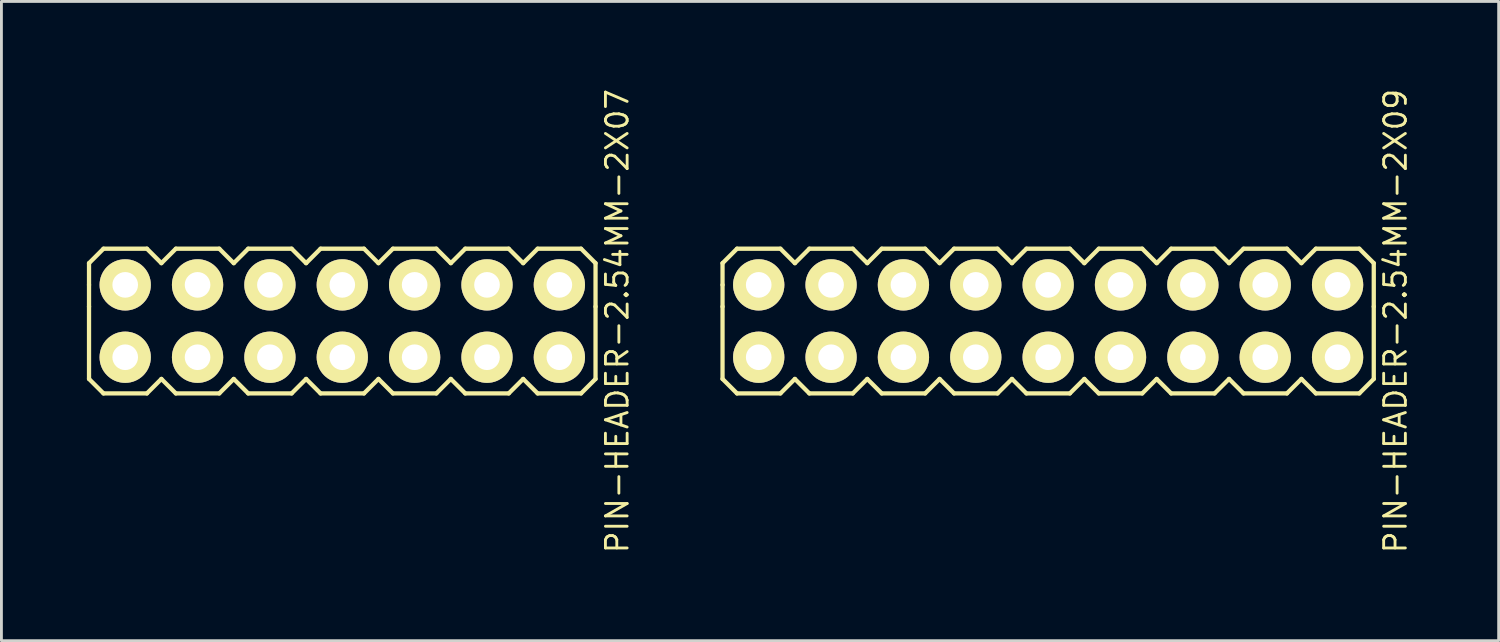
<source format=kicad_pcb>
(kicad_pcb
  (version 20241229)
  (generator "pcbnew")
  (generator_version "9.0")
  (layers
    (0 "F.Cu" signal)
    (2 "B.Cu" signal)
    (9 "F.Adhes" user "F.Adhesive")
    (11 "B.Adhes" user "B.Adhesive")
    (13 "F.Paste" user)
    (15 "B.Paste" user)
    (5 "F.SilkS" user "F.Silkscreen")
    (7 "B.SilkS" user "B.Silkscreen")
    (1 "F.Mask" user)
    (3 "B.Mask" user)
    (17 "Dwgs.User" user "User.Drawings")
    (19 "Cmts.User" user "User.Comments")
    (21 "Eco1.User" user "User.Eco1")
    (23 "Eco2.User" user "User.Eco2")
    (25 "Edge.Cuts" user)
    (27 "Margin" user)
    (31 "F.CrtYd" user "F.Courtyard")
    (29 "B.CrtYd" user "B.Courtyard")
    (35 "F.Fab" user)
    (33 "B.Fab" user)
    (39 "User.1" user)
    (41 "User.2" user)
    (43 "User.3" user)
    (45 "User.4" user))
  (footprint "PIN-HEADER-2.54MM-2X09"
    (layer "F.Cu")
    (at 33.743 8.22)
    (property "Reference" "PIN-HEADER-2.54MM-2X09" (at 12.192 0 90) (layer "F.SilkS") (effects (font (size 0.762 0.762) (thickness 0.1))))
    (attr through_hole)
    (fp_line (start -11.43 -2.032) (end -10.922 -2.54) (stroke (width 0.15) (type solid)) (layer "F.SilkS"))
    (fp_line (start -11.43 -1.27) (end -11.43 -2.032) (stroke (width 0.15) (type solid)) (layer "F.SilkS"))
    (fp_line (start -11.43 -0.508) (end -11.43 -1.27) (stroke (width 0.15) (type solid)) (layer "F.SilkS"))
    (fp_line (start -11.43 -0.508) (end -11.43 2.032) (stroke (width 0.15) (type solid)) (layer "F.SilkS"))
    (fp_line (start -11.43 2.032) (end -10.922 2.54) (stroke (width 0.15) (type solid)) (layer "F.SilkS"))
    (fp_line (start -10.922 -2.54) (end -9.398 -2.54) (stroke (width 0.15) (type solid)) (layer "F.SilkS"))
    (fp_line (start -10.922 2.54) (end -9.398 2.54) (stroke (width 0.15) (type solid)) (layer "F.SilkS"))
    (fp_line (start -9.398 -2.54) (end -8.89 -2.032) (stroke (width 0.15) (type solid)) (layer "F.SilkS"))
    (fp_line (start -9.398 2.54) (end -8.89 2.032) (stroke (width 0.15) (type solid)) (layer "F.SilkS"))
    (fp_line (start -8.89 -2.032) (end -8.382 -2.54) (stroke (width 0.15) (type solid)) (layer "F.SilkS"))
    (fp_line (start -8.89 2.032) (end -8.382 2.54) (stroke (width 0.15) (type solid)) (layer "F.SilkS"))
    (fp_line (start -8.382 -2.54) (end -6.858 -2.54) (stroke (width 0.15) (type solid)) (layer "F.SilkS"))
    (fp_line (start -8.382 2.54) (end -6.858 2.54) (stroke (width 0.15) (type solid)) (layer "F.SilkS"))
    (fp_line (start -6.858 -2.54) (end -6.35 -2.032) (stroke (width 0.15) (type solid)) (layer "F.SilkS"))
    (fp_line (start -6.858 2.54) (end -6.35 2.032) (stroke (width 0.15) (type solid)) (layer "F.SilkS"))
    (fp_line (start -6.35 -2.032) (end -5.842 -2.54) (stroke (width 0.15) (type solid)) (layer "F.SilkS"))
    (fp_line (start -6.35 2.032) (end -5.842 2.54) (stroke (width 0.15) (type solid)) (layer "F.SilkS"))
    (fp_line (start -5.842 -2.54) (end -4.318 -2.54) (stroke (width 0.15) (type solid)) (layer "F.SilkS"))
    (fp_line (start -5.842 2.54) (end -4.318 2.54) (stroke (width 0.15) (type solid)) (layer "F.SilkS"))
    (fp_line (start -4.318 -2.54) (end -3.81 -2.032) (stroke (width 0.15) (type solid)) (layer "F.SilkS"))
    (fp_line (start -4.318 2.54) (end -3.81 2.032) (stroke (width 0.15) (type solid)) (layer "F.SilkS"))
    (fp_line (start -3.81 -2.032) (end -3.302 -2.54) (stroke (width 0.15) (type solid)) (layer "F.SilkS"))
    (fp_line (start -3.81 2.032) (end -3.302 2.54) (stroke (width 0.15) (type solid)) (layer "F.SilkS"))
    (fp_line (start -3.302 -2.54) (end -1.778 -2.54) (stroke (width 0.15) (type solid)) (layer "F.SilkS"))
    (fp_line (start -3.302 2.54) (end -1.778 2.54) (stroke (width 0.15) (type solid)) (layer "F.SilkS"))
    (fp_line (start -1.778 -2.54) (end -1.27 -2.032) (stroke (width 0.15) (type solid)) (layer "F.SilkS"))
    (fp_line (start -1.778 2.54) (end -1.27 2.032) (stroke (width 0.15) (type solid)) (layer "F.SilkS"))
    (fp_line (start -1.27 -2.032) (end -0.762 -2.54) (stroke (width 0.15) (type solid)) (layer "F.SilkS"))
    (fp_line (start -1.27 2.032) (end -0.762 2.54) (stroke (width 0.15) (type solid)) (layer "F.SilkS"))
    (fp_line (start -0.762 -2.54) (end 0.762 -2.54) (stroke (width 0.15) (type solid)) (layer "F.SilkS"))
    (fp_line (start -0.762 2.54) (end 0.762 2.54) (stroke (width 0.15) (type solid)) (layer "F.SilkS"))
    (fp_line (start 0.762 -2.54) (end 1.27 -2.032) (stroke (width 0.15) (type solid)) (layer "F.SilkS"))
    (fp_line (start 0.762 2.54) (end 1.27 2.032) (stroke (width 0.15) (type solid)) (layer "F.SilkS"))
    (fp_line (start 1.27 -2.032) (end 1.778 -2.54) (stroke (width 0.15) (type solid)) (layer "F.SilkS"))
    (fp_line (start 1.27 2.032) (end 1.778 2.54) (stroke (width 0.15) (type solid)) (layer "F.SilkS"))
    (fp_line (start 1.778 -2.54) (end 3.302 -2.54) (stroke (width 0.15) (type solid)) (layer "F.SilkS"))
    (fp_line (start 1.778 2.54) (end 3.302 2.54) (stroke (width 0.15) (type solid)) (layer "F.SilkS"))
    (fp_line (start 3.302 -2.54) (end 3.81 -2.032) (stroke (width 0.15) (type solid)) (layer "F.SilkS"))
    (fp_line (start 3.302 2.54) (end 3.81 2.032) (stroke (width 0.15) (type solid)) (layer "F.SilkS"))
    (fp_line (start 3.81 -2.032) (end 4.318 -2.54) (stroke (width 0.15) (type solid)) (layer "F.SilkS"))
    (fp_line (start 3.81 2.032) (end 4.318 2.54) (stroke (width 0.15) (type solid)) (layer "F.SilkS"))
    (fp_line (start 4.318 -2.54) (end 5.842 -2.54) (stroke (width 0.15) (type solid)) (layer "F.SilkS"))
    (fp_line (start 4.318 2.54) (end 5.842 2.54) (stroke (width 0.15) (type solid)) (layer "F.SilkS"))
    (fp_line (start 5.842 -2.54) (end 6.35 -2.032) (stroke (width 0.15) (type solid)) (layer "F.SilkS"))
    (fp_line (start 5.842 2.54) (end 6.35 2.032) (stroke (width 0.15) (type solid)) (layer "F.SilkS"))
    (fp_line (start 6.35 -2.032) (end 6.858 -2.54) (stroke (width 0.15) (type solid)) (layer "F.SilkS"))
    (fp_line (start 6.35 2.032) (end 6.858 2.54) (stroke (width 0.15) (type solid)) (layer "F.SilkS"))
    (fp_line (start 6.858 -2.54) (end 8.382 -2.54) (stroke (width 0.15) (type solid)) (layer "F.SilkS"))
    (fp_line (start 6.858 2.54) (end 8.382 2.54) (stroke (width 0.15) (type solid)) (layer "F.SilkS"))
    (fp_line (start 8.382 -2.54) (end 8.89 -2.032) (stroke (width 0.15) (type solid)) (layer "F.SilkS"))
    (fp_line (start 8.382 2.54) (end 8.89 2.032) (stroke (width 0.15) (type solid)) (layer "F.SilkS"))
    (fp_line (start 8.89 -2.032) (end 9.398 -2.54) (stroke (width 0.15) (type solid)) (layer "F.SilkS"))
    (fp_line (start 8.89 2.032) (end 9.398 2.54) (stroke (width 0.15) (type solid)) (layer "F.SilkS"))
    (fp_line (start 9.398 -2.54) (end 10.922 -2.54) (stroke (width 0.15) (type solid)) (layer "F.SilkS"))
    (fp_line (start 9.398 2.54) (end 10.922 2.54) (stroke (width 0.15) (type solid)) (layer "F.SilkS"))
    (fp_line (start 10.922 -2.54) (end 11.43 -2.032) (stroke (width 0.15) (type solid)) (layer "F.SilkS"))
    (fp_line (start 10.922 2.54) (end 11.43 2.032) (stroke (width 0.15) (type solid)) (layer "F.SilkS"))
    (fp_line (start 11.43 -2.032) (end 11.43 -0.508) (stroke (width 0.15) (type solid)) (layer "F.SilkS"))
    (fp_line (start 11.43 2.032) (end 11.43 -0.508) (stroke (width 0.15) (type solid)) (layer "F.SilkS"))
    (pad "1" thru_hole circle (at -10.16 1.27) (size 1.8 1.8) (drill 0.9) (layers "*.Cu" "*.Mask" "F.SilkS"))
    (pad "2" thru_hole circle (at -10.16 -1.27) (size 1.8 1.8) (drill 0.9) (layers "*.Cu" "*.Mask" "F.SilkS"))
    (pad "3" thru_hole circle (at -7.62 1.27) (size 1.8 1.8) (drill 0.9) (layers "*.Cu" "*.Mask" "F.SilkS"))
    (pad "4" thru_hole circle (at -7.62 -1.27) (size 1.8 1.8) (drill 0.9) (layers "*.Cu" "*.Mask" "F.SilkS"))
    (pad "5" thru_hole circle (at -5.08 1.27) (size 1.8 1.8) (drill 0.9) (layers "*.Cu" "*.Mask" "F.SilkS"))
    (pad "6" thru_hole circle (at -5.08 -1.27) (size 1.8 1.8) (drill 0.9) (layers "*.Cu" "*.Mask" "F.SilkS"))
    (pad "7" thru_hole circle (at -2.54 1.27) (size 1.8 1.8) (drill 0.9) (layers "*.Cu" "*.Mask" "F.SilkS"))
    (pad "8" thru_hole circle (at -2.54 -1.27) (size 1.8 1.8) (drill 0.9) (layers "*.Cu" "*.Mask" "F.SilkS"))
    (pad "9" thru_hole circle (at 0 1.27) (size 1.8 1.8) (drill 0.9) (layers "*.Cu" "*.Mask" "F.SilkS"))
    (pad "10" thru_hole circle (at 0 -1.27) (size 1.8 1.8) (drill 0.9) (layers "*.Cu" "*.Mask" "F.SilkS"))
    (pad "11" thru_hole circle (at 2.54 1.27) (size 1.8 1.8) (drill 0.9) (layers "*.Cu" "*.Mask" "F.SilkS"))
    (pad "12" thru_hole circle (at 2.54 -1.27) (size 1.8 1.8) (drill 0.9) (layers "*.Cu" "*.Mask" "F.SilkS"))
    (pad "13" thru_hole circle (at 5.08 1.27) (size 1.8 1.8) (drill 0.9) (layers "*.Cu" "*.Mask" "F.SilkS"))
    (pad "14" thru_hole circle (at 5.08 -1.27) (size 1.8 1.8) (drill 0.9) (layers "*.Cu" "*.Mask" "F.SilkS"))
    (pad "15" thru_hole circle (at 7.62 1.27) (size 1.8 1.8) (drill 0.9) (layers "*.Cu" "*.Mask" "F.SilkS"))
    (pad "16" thru_hole circle (at 7.62 -1.27) (size 1.8 1.8) (drill 0.9) (layers "*.Cu" "*.Mask" "F.SilkS"))
    (pad "17" thru_hole circle (at 10.16 1.27) (size 1.8 1.8) (drill 0.9) (layers "*.Cu" "*.Mask" "F.SilkS"))
    (pad "18" thru_hole circle (at 10.16 -1.27) (size 1.8 1.8) (drill 0.9) (layers "*.Cu" "*.Mask" "F.SilkS")))
  (footprint "PIN-HEADER-2.54MM-2X07"
    (layer "F.Cu")
    (at 8.965 8.22)
    (property "Reference" "PIN-HEADER-2.54MM-2X07" (at 9.652 0 90) (layer "F.SilkS") (effects (font (size 0.762 0.762) (thickness 0.1))))
    (attr through_hole)
    (fp_line (start -8.89 -2.032) (end -8.382 -2.54) (stroke (width 0.15) (type solid)) (layer "F.SilkS"))
    (fp_line (start -8.89 -1.27) (end -8.89 -2.032) (stroke (width 0.15) (type solid)) (layer "F.SilkS"))
    (fp_line (start -8.89 -0.508) (end -8.89 -1.27) (stroke (width 0.15) (type solid)) (layer "F.SilkS"))
    (fp_line (start -8.89 -0.508) (end -8.89 2.032) (stroke (width 0.15) (type solid)) (layer "F.SilkS"))
    (fp_line (start -8.89 2.032) (end -8.382 2.54) (stroke (width 0.15) (type solid)) (layer "F.SilkS"))
    (fp_line (start -8.382 -2.54) (end -6.858 -2.54) (stroke (width 0.15) (type solid)) (layer "F.SilkS"))
    (fp_line (start -8.382 2.54) (end -6.858 2.54) (stroke (width 0.15) (type solid)) (layer "F.SilkS"))
    (fp_line (start -6.858 -2.54) (end -6.35 -2.032) (stroke (width 0.15) (type solid)) (layer "F.SilkS"))
    (fp_line (start -6.858 2.54) (end -6.35 2.032) (stroke (width 0.15) (type solid)) (layer "F.SilkS"))
    (fp_line (start -6.35 -2.032) (end -5.842 -2.54) (stroke (width 0.15) (type solid)) (layer "F.SilkS"))
    (fp_line (start -6.35 2.032) (end -5.842 2.54) (stroke (width 0.15) (type solid)) (layer "F.SilkS"))
    (fp_line (start -5.842 -2.54) (end -4.318 -2.54) (stroke (width 0.15) (type solid)) (layer "F.SilkS"))
    (fp_line (start -5.842 2.54) (end -4.318 2.54) (stroke (width 0.15) (type solid)) (layer "F.SilkS"))
    (fp_line (start -4.318 -2.54) (end -3.81 -2.032) (stroke (width 0.15) (type solid)) (layer "F.SilkS"))
    (fp_line (start -4.318 2.54) (end -3.81 2.032) (stroke (width 0.15) (type solid)) (layer "F.SilkS"))
    (fp_line (start -3.81 -2.032) (end -3.302 -2.54) (stroke (width 0.15) (type solid)) (layer "F.SilkS"))
    (fp_line (start -3.81 2.032) (end -3.302 2.54) (stroke (width 0.15) (type solid)) (layer "F.SilkS"))
    (fp_line (start -3.302 -2.54) (end -1.778 -2.54) (stroke (width 0.15) (type solid)) (layer "F.SilkS"))
    (fp_line (start -3.302 2.54) (end -1.778 2.54) (stroke (width 0.15) (type solid)) (layer "F.SilkS"))
    (fp_line (start -1.778 -2.54) (end -1.27 -2.032) (stroke (width 0.15) (type solid)) (layer "F.SilkS"))
    (fp_line (start -1.778 2.54) (end -1.27 2.032) (stroke (width 0.15) (type solid)) (layer "F.SilkS"))
    (fp_line (start -1.27 -2.032) (end -0.762 -2.54) (stroke (width 0.15) (type solid)) (layer "F.SilkS"))
    (fp_line (start -1.27 2.032) (end -0.762 2.54) (stroke (width 0.15) (type solid)) (layer "F.SilkS"))
    (fp_line (start -0.762 -2.54) (end 0.762 -2.54) (stroke (width 0.15) (type solid)) (layer "F.SilkS"))
    (fp_line (start -0.762 2.54) (end 0.762 2.54) (stroke (width 0.15) (type solid)) (layer "F.SilkS"))
    (fp_line (start 0.762 -2.54) (end 1.27 -2.032) (stroke (width 0.15) (type solid)) (layer "F.SilkS"))
    (fp_line (start 0.762 2.54) (end 1.27 2.032) (stroke (width 0.15) (type solid)) (layer "F.SilkS"))
    (fp_line (start 1.27 -2.032) (end 1.778 -2.54) (stroke (width 0.15) (type solid)) (layer "F.SilkS"))
    (fp_line (start 1.27 2.032) (end 1.778 2.54) (stroke (width 0.15) (type solid)) (layer "F.SilkS"))
    (fp_line (start 1.778 -2.54) (end 3.302 -2.54) (stroke (width 0.15) (type solid)) (layer "F.SilkS"))
    (fp_line (start 1.778 2.54) (end 3.302 2.54) (stroke (width 0.15) (type solid)) (layer "F.SilkS"))
    (fp_line (start 3.302 -2.54) (end 3.81 -2.032) (stroke (width 0.15) (type solid)) (layer "F.SilkS"))
    (fp_line (start 3.302 2.54) (end 3.81 2.032) (stroke (width 0.15) (type solid)) (layer "F.SilkS"))
    (fp_line (start 3.81 -2.032) (end 4.318 -2.54) (stroke (width 0.15) (type solid)) (layer "F.SilkS"))
    (fp_line (start 3.81 2.032) (end 4.318 2.54) (stroke (width 0.15) (type solid)) (layer "F.SilkS"))
    (fp_line (start 4.318 -2.54) (end 5.842 -2.54) (stroke (width 0.15) (type solid)) (layer "F.SilkS"))
    (fp_line (start 4.318 2.54) (end 5.842 2.54) (stroke (width 0.15) (type solid)) (layer "F.SilkS"))
    (fp_line (start 5.842 -2.54) (end 6.35 -2.032) (stroke (width 0.15) (type solid)) (layer "F.SilkS"))
    (fp_line (start 5.842 2.54) (end 6.35 2.032) (stroke (width 0.15) (type solid)) (layer "F.SilkS"))
    (fp_line (start 6.35 -2.032) (end 6.858 -2.54) (stroke (width 0.15) (type solid)) (layer "F.SilkS"))
    (fp_line (start 6.35 2.032) (end 6.858 2.54) (stroke (width 0.15) (type solid)) (layer "F.SilkS"))
    (fp_line (start 6.858 -2.54) (end 8.382 -2.54) (stroke (width 0.15) (type solid)) (layer "F.SilkS"))
    (fp_line (start 6.858 2.54) (end 8.382 2.54) (stroke (width 0.15) (type solid)) (layer "F.SilkS"))
    (fp_line (start 8.382 -2.54) (end 8.89 -2.032) (stroke (width 0.15) (type solid)) (layer "F.SilkS"))
    (fp_line (start 8.382 2.54) (end 8.89 2.032) (stroke (width 0.15) (type solid)) (layer "F.SilkS"))
    (fp_line (start 8.89 -2.032) (end 8.89 -0.508) (stroke (width 0.15) (type solid)) (layer "F.SilkS"))
    (fp_line (start 8.89 2.032) (end 8.89 -0.508) (stroke (width 0.15) (type solid)) (layer "F.SilkS"))
    (pad "1" thru_hole circle (at -7.62 1.27) (size 1.8 1.8) (drill 0.9) (layers "*.Cu" "*.Mask" "F.SilkS"))
    (pad "2" thru_hole circle (at -7.62 -1.27) (size 1.8 1.8) (drill 0.9) (layers "*.Cu" "*.Mask" "F.SilkS"))
    (pad "3" thru_hole circle (at -5.08 1.27) (size 1.8 1.8) (drill 0.9) (layers "*.Cu" "*.Mask" "F.SilkS"))
    (pad "4" thru_hole circle (at -5.08 -1.27) (size 1.8 1.8) (drill 0.9) (layers "*.Cu" "*.Mask" "F.SilkS"))
    (pad "5" thru_hole circle (at -2.54 1.27) (size 1.8 1.8) (drill 0.9) (layers "*.Cu" "*.Mask" "F.SilkS"))
    (pad "6" thru_hole circle (at -2.54 -1.27) (size 1.8 1.8) (drill 0.9) (layers "*.Cu" "*.Mask" "F.SilkS"))
    (pad "7" thru_hole circle (at 0 1.27) (size 1.8 1.8) (drill 0.9) (layers "*.Cu" "*.Mask" "F.SilkS"))
    (pad "8" thru_hole circle (at 0 -1.27) (size 1.8 1.8) (drill 0.9) (layers "*.Cu" "*.Mask" "F.SilkS"))
    (pad "9" thru_hole circle (at 2.54 1.27) (size 1.8 1.8) (drill 0.9) (layers "*.Cu" "*.Mask" "F.SilkS"))
    (pad "10" thru_hole circle (at 2.54 -1.27) (size 1.8 1.8) (drill 0.9) (layers "*.Cu" "*.Mask" "F.SilkS"))
    (pad "11" thru_hole circle (at 5.08 1.27) (size 1.8 1.8) (drill 0.9) (layers "*.Cu" "*.Mask" "F.SilkS"))
    (pad "12" thru_hole circle (at 5.08 -1.27) (size 1.8 1.8) (drill 0.9) (layers "*.Cu" "*.Mask" "F.SilkS"))
    (pad "13" thru_hole circle (at 7.62 1.27) (size 1.8 1.8) (drill 0.9) (layers "*.Cu" "*.Mask" "F.SilkS"))
    (pad "14" thru_hole circle (at 7.62 -1.27) (size 1.8 1.8) (drill 0.9) (layers "*.Cu" "*.Mask" "F.SilkS")))
  (gr_rect
    (start -3 -3)
    (end 49.557 19.44)
    (stroke (width 0.1) (type default))
    (fill no)
    (layer "Edge.Cuts")))
</source>
